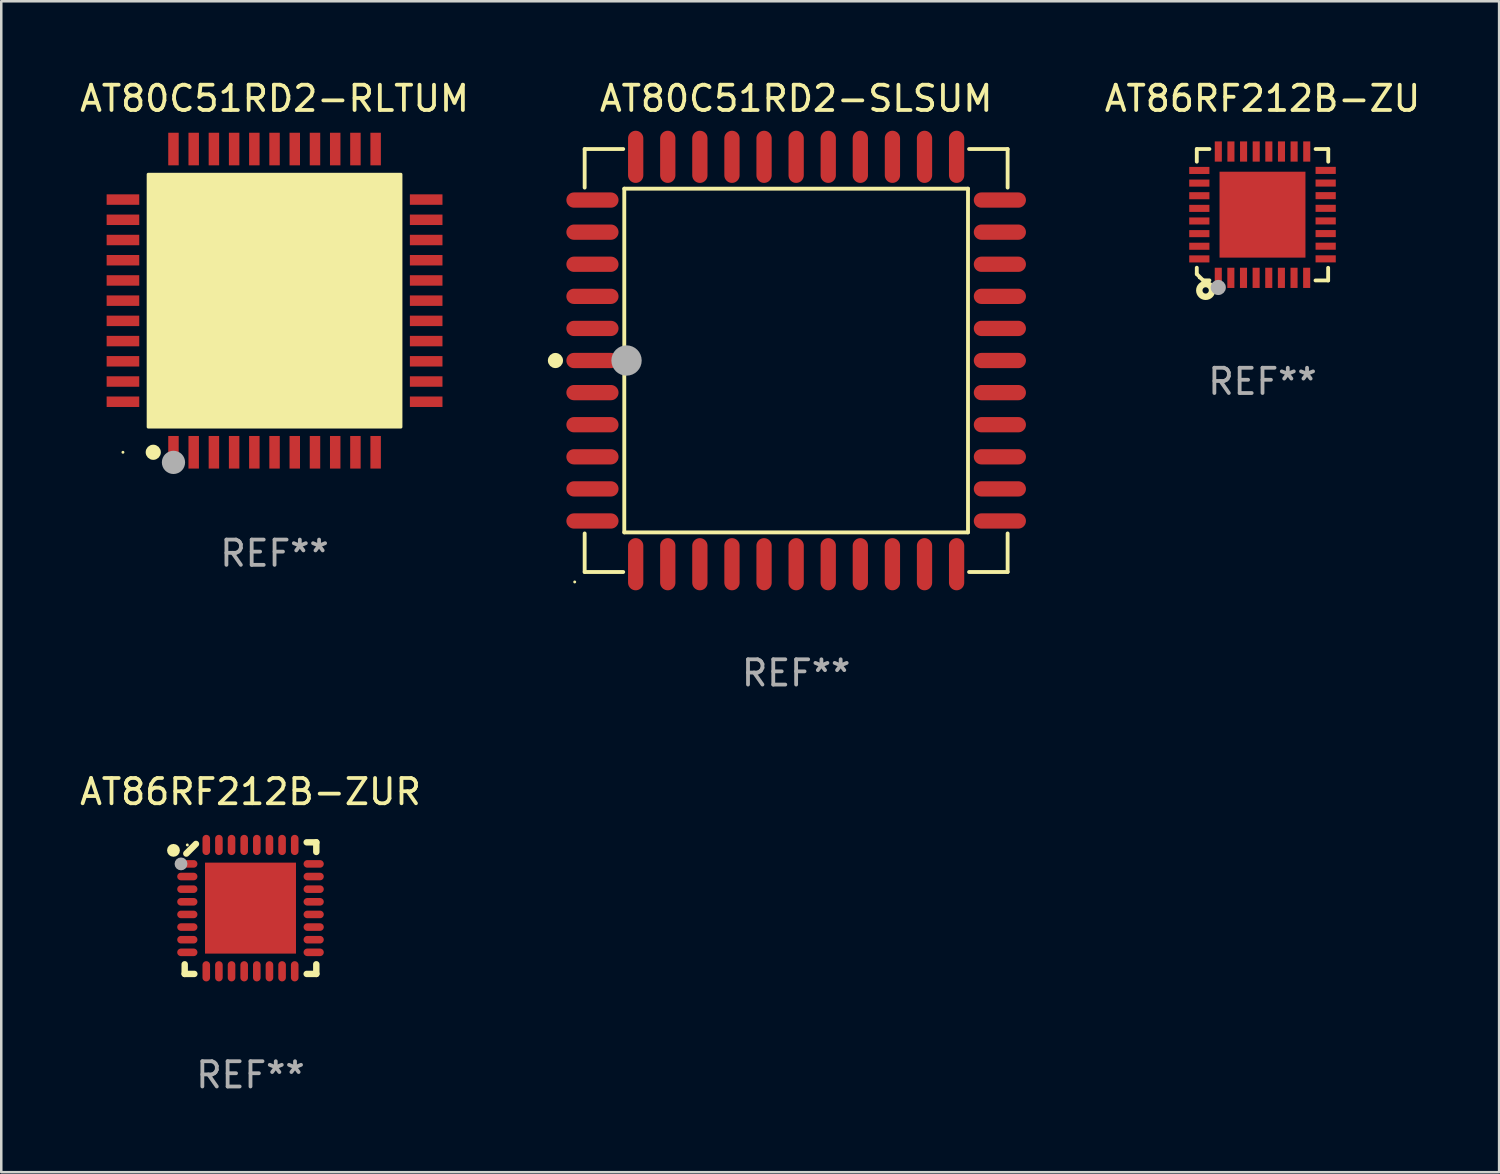
<source format=kicad_pcb>
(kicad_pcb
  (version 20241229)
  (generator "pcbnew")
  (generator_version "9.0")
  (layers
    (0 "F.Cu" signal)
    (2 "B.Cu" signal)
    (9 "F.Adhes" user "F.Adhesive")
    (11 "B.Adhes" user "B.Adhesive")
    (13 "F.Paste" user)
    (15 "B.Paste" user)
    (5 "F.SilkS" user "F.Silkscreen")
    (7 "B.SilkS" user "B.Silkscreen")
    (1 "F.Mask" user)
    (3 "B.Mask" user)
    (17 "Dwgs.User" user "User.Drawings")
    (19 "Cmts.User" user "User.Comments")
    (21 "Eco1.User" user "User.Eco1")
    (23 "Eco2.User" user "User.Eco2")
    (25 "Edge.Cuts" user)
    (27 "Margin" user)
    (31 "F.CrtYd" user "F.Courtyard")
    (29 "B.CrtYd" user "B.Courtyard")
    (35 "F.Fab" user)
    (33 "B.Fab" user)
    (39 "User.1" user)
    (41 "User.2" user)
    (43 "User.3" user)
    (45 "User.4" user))
  (footprint "AT80C51RD2-SLSUM"
    (layer "F.Cu")
    (at 28.456 11.217)
    (property "Reference" "AT80C51RD2-SLSUM" (at 0 -10.369 0) (layer "F.SilkS") (effects (font (size 1 1) (thickness 0.15))))
    (attr through_hole)
    (fp_line (start -8.369 -8.369) (end -6.843 -8.369) (stroke (width 0.152) (type solid)) (layer "F.SilkS"))
    (fp_line (start -8.369 -6.843) (end -8.369 -8.369) (stroke (width 0.152) (type solid)) (layer "F.SilkS"))
    (fp_line (start -8.369 6.843) (end -8.369 8.369) (stroke (width 0.152) (type solid)) (layer "F.SilkS"))
    (fp_line (start -8.369 8.369) (end -6.843 8.369) (stroke (width 0.152) (type solid)) (layer "F.SilkS"))
    (fp_line (start -6.801 -6.801) (end 6.801 -6.801) (stroke (width 0.152) (type solid)) (layer "F.SilkS"))
    (fp_line (start -6.801 6.801) (end -6.801 -6.801) (stroke (width 0.152) (type solid)) (layer "F.SilkS"))
    (fp_line (start 6.801 -6.801) (end 6.801 6.801) (stroke (width 0.152) (type solid)) (layer "F.SilkS"))
    (fp_line (start 6.801 6.801) (end -6.801 6.801) (stroke (width 0.152) (type solid)) (layer "F.SilkS"))
    (fp_line (start 8.369 -8.369) (end 6.843 -8.369) (stroke (width 0.152) (type solid)) (layer "F.SilkS"))
    (fp_line (start 8.369 -6.843) (end 8.369 -8.369) (stroke (width 0.152) (type solid)) (layer "F.SilkS"))
    (fp_line (start 8.369 6.843) (end 8.369 8.369) (stroke (width 0.152) (type solid)) (layer "F.SilkS"))
    (fp_line (start 8.369 8.369) (end 6.843 8.369) (stroke (width 0.152) (type solid)) (layer "F.SilkS"))
    (fp_circle (center -9.525 -0.000127) (end -9.375 -0.000127) (stroke (width 0.3) (type solid)) (fill no) (layer "F.SilkS"))
    (fp_circle (center -8.763 8.763) (end -8.733 8.763) (stroke (width 0.06) (type solid)) (fill no) (layer "F.SilkS"))
    (fp_circle (center -6.712 -0.000127) (end -6.412 -0.000127) (stroke (width 0.6) (type solid)) (fill no) (layer "F.Fab"))
    (fp_text user "REF**" (at 0 12.369 0) (layer "F.Fab") (effects (font (size 1 1) (thickness 0.15))))
    (pad "1" smd oval (at -8.061 -0.000127 90) (size 0.604 2.064) (layers "F.Cu" "F.Mask" "F.Paste"))
    (pad "2" smd oval (at -8.061 1.27 90) (size 0.604 2.064) (layers "F.Cu" "F.Mask" "F.Paste"))
    (pad "3" smd oval (at -8.061 2.54 90) (size 0.604 2.064) (layers "F.Cu" "F.Mask" "F.Paste"))
    (pad "4" smd oval (at -8.061 3.81 90) (size 0.604 2.064) (layers "F.Cu" "F.Mask" "F.Paste"))
    (pad "5" smd oval (at -8.061 5.08 90) (size 0.604 2.064) (layers "F.Cu" "F.Mask" "F.Paste"))
    (pad "6" smd oval (at -8.061 6.35 90) (size 0.604 2.064) (layers "F.Cu" "F.Mask" "F.Paste"))
    (pad "7" smd oval (at -6.35 8.061 90) (size 2.064 0.604) (layers "F.Cu" "F.Mask" "F.Paste"))
    (pad "8" smd oval (at -5.08 8.061 90) (size 2.064 0.604) (layers "F.Cu" "F.Mask" "F.Paste"))
    (pad "9" smd oval (at -3.81 8.061 90) (size 2.064 0.604) (layers "F.Cu" "F.Mask" "F.Paste"))
    (pad "10" smd oval (at -2.54 8.061 90) (size 2.064 0.604) (layers "F.Cu" "F.Mask" "F.Paste"))
    (pad "11" smd oval (at -1.27 8.061 90) (size 2.064 0.604) (layers "F.Cu" "F.Mask" "F.Paste"))
    (pad "12" smd oval (at 0.000076 8.061 90) (size 2.064 0.604) (layers "F.Cu" "F.Mask" "F.Paste"))
    (pad "13" smd oval (at 1.27 8.061 90) (size 2.064 0.604) (layers "F.Cu" "F.Mask" "F.Paste"))
    (pad "14" smd oval (at 2.54 8.061 90) (size 2.064 0.604) (layers "F.Cu" "F.Mask" "F.Paste"))
    (pad "15" smd oval (at 3.81 8.061 90) (size 2.064 0.604) (layers "F.Cu" "F.Mask" "F.Paste"))
    (pad "16" smd oval (at 5.08 8.061 90) (size 2.064 0.604) (layers "F.Cu" "F.Mask" "F.Paste"))
    (pad "17" smd oval (at 6.35 8.061 90) (size 2.064 0.604) (layers "F.Cu" "F.Mask" "F.Paste"))
    (pad "18" smd oval (at 8.062 6.35 90) (size 0.604 2.064) (layers "F.Cu" "F.Mask" "F.Paste"))
    (pad "19" smd oval (at 8.062 5.08 90) (size 0.604 2.064) (layers "F.Cu" "F.Mask" "F.Paste"))
    (pad "20" smd oval (at 8.062 3.81 90) (size 0.604 2.064) (layers "F.Cu" "F.Mask" "F.Paste"))
    (pad "21" smd oval (at 8.062 2.54 90) (size 0.604 2.064) (layers "F.Cu" "F.Mask" "F.Paste"))
    (pad "22" smd oval (at 8.062 1.27 90) (size 0.604 2.064) (layers "F.Cu" "F.Mask" "F.Paste"))
    (pad "23" smd oval (at 8.062 -0.000127 90) (size 0.604 2.064) (layers "F.Cu" "F.Mask" "F.Paste"))
    (pad "24" smd oval (at 8.062 -1.27 90) (size 0.604 2.064) (layers "F.Cu" "F.Mask" "F.Paste"))
    (pad "25" smd oval (at 8.062 -2.54 90) (size 0.604 2.064) (layers "F.Cu" "F.Mask" "F.Paste"))
    (pad "26" smd oval (at 8.062 -3.81 90) (size 0.604 2.064) (layers "F.Cu" "F.Mask" "F.Paste"))
    (pad "27" smd oval (at 8.062 -5.08 90) (size 0.604 2.064) (layers "F.Cu" "F.Mask" "F.Paste"))
    (pad "28" smd oval (at 8.062 -6.35 90) (size 0.604 2.064) (layers "F.Cu" "F.Mask" "F.Paste"))
    (pad "29" smd oval (at 6.35 -8.061 90) (size 2.064 0.604) (layers "F.Cu" "F.Mask" "F.Paste"))
    (pad "30" smd oval (at 5.08 -8.061 90) (size 2.064 0.604) (layers "F.Cu" "F.Mask" "F.Paste"))
    (pad "31" smd oval (at 3.81 -8.061 90) (size 2.064 0.604) (layers "F.Cu" "F.Mask" "F.Paste"))
    (pad "32" smd oval (at 2.54 -8.061 90) (size 2.064 0.604) (layers "F.Cu" "F.Mask" "F.Paste"))
    (pad "33" smd oval (at 1.27 -8.061 90) (size 2.064 0.604) (layers "F.Cu" "F.Mask" "F.Paste"))
    (pad "34" smd oval (at 0.000076 -8.061 90) (size 2.064 0.604) (layers "F.Cu" "F.Mask" "F.Paste"))
    (pad "35" smd oval (at -1.27 -8.061 90) (size 2.064 0.604) (layers "F.Cu" "F.Mask" "F.Paste"))
    (pad "36" smd oval (at -2.54 -8.061 90) (size 2.064 0.604) (layers "F.Cu" "F.Mask" "F.Paste"))
    (pad "37" smd oval (at -3.81 -8.061 90) (size 2.064 0.604) (layers "F.Cu" "F.Mask" "F.Paste"))
    (pad "38" smd oval (at -5.08 -8.061 90) (size 2.064 0.604) (layers "F.Cu" "F.Mask" "F.Paste"))
    (pad "39" smd oval (at -6.35 -8.061 90) (size 2.064 0.604) (layers "F.Cu" "F.Mask" "F.Paste"))
    (pad "40" smd oval (at -8.061 -6.35 90) (size 0.604 2.064) (layers "F.Cu" "F.Mask" "F.Paste"))
    (pad "41" smd oval (at -8.061 -5.08 90) (size 0.604 2.064) (layers "F.Cu" "F.Mask" "F.Paste"))
    (pad "42" smd oval (at -8.061 -3.81 90) (size 0.604 2.064) (layers "F.Cu" "F.Mask" "F.Paste"))
    (pad "43" smd oval (at -8.061 -2.54 90) (size 0.604 2.064) (layers "F.Cu" "F.Mask" "F.Paste"))
    (pad "44" smd oval (at -8.061 -1.27 90) (size 0.604 2.064) (layers "F.Cu" "F.Mask" "F.Paste")))
  (footprint "AT80C51RD2-RLTUM"
    (layer "F.Cu")
    (at 7.815 8.848)
    (property "Reference" "AT80C51RD2-RLTUM" (at 0 -8 0) (layer "F.SilkS") (effects (font (size 1 1) (thickness 0.15))))
    (attr through_hole)
    (fp_circle (center -6 6) (end -5.97 6) (stroke (width 0.06) (type solid)) (fill no) (layer "F.SilkS"))
    (fp_circle (center -4.8 6) (end -4.65 6) (stroke (width 0.3) (type solid)) (fill no) (layer "F.SilkS"))
    (fp_poly (pts (xy -5 -5) (xy 5 -5) (xy 5 5) (xy -5 5)) (stroke (width 0.12) (type solid)) (fill yes) (layer "F.SilkS"))
    (fp_circle (center -4 6.4) (end -3.77 6.4) (stroke (width 0.46) (type solid)) (fill no) (layer "F.Fab"))
    (fp_text user "REF**" (at 0 10 0) (layer "F.Fab") (effects (font (size 1 1) (thickness 0.15))))
    (pad "1" smd rect (at -4 6 90) (size 1.29 0.414) (layers "F.Cu" "F.Mask" "F.Paste"))
    (pad "2" smd rect (at -3.2 6 90) (size 1.29 0.414) (layers "F.Cu" "F.Mask" "F.Paste"))
    (pad "3" smd rect (at -2.4 6 90) (size 1.29 0.414) (layers "F.Cu" "F.Mask" "F.Paste"))
    (pad "4" smd rect (at -1.6 6 90) (size 1.29 0.414) (layers "F.Cu" "F.Mask" "F.Paste"))
    (pad "5" smd rect (at -0.8 6 90) (size 1.29 0.414) (layers "F.Cu" "F.Mask" "F.Paste"))
    (pad "6" smd rect (at 0 6 90) (size 1.29 0.414) (layers "F.Cu" "F.Mask" "F.Paste"))
    (pad "7" smd rect (at 0.8 6 90) (size 1.29 0.414) (layers "F.Cu" "F.Mask" "F.Paste"))
    (pad "8" smd rect (at 1.6 6 90) (size 1.29 0.414) (layers "F.Cu" "F.Mask" "F.Paste"))
    (pad "9" smd rect (at 2.4 6 90) (size 1.29 0.414) (layers "F.Cu" "F.Mask" "F.Paste"))
    (pad "10" smd rect (at 3.2 6 90) (size 1.29 0.414) (layers "F.Cu" "F.Mask" "F.Paste"))
    (pad "11" smd rect (at 4 6 90) (size 1.29 0.414) (layers "F.Cu" "F.Mask" "F.Paste"))
    (pad "12" smd rect (at 6 4 90) (size 0.414 1.29) (layers "F.Cu" "F.Mask" "F.Paste"))
    (pad "13" smd rect (at 6 3.2 90) (size 0.414 1.29) (layers "F.Cu" "F.Mask" "F.Paste"))
    (pad "14" smd rect (at 6 2.4 90) (size 0.414 1.29) (layers "F.Cu" "F.Mask" "F.Paste"))
    (pad "15" smd rect (at 6 1.6 90) (size 0.414 1.29) (layers "F.Cu" "F.Mask" "F.Paste"))
    (pad "16" smd rect (at 6 0.8 90) (size 0.414 1.29) (layers "F.Cu" "F.Mask" "F.Paste"))
    (pad "17" smd rect (at 6 0 90) (size 0.414 1.29) (layers "F.Cu" "F.Mask" "F.Paste"))
    (pad "18" smd rect (at 6 -0.8 90) (size 0.414 1.29) (layers "F.Cu" "F.Mask" "F.Paste"))
    (pad "19" smd rect (at 6 -1.6 90) (size 0.414 1.29) (layers "F.Cu" "F.Mask" "F.Paste"))
    (pad "20" smd rect (at 6 -2.4 90) (size 0.414 1.29) (layers "F.Cu" "F.Mask" "F.Paste"))
    (pad "21" smd rect (at 6 -3.2 90) (size 0.414 1.29) (layers "F.Cu" "F.Mask" "F.Paste"))
    (pad "22" smd rect (at 6 -4 90) (size 0.414 1.29) (layers "F.Cu" "F.Mask" "F.Paste"))
    (pad "23" smd rect (at 4 -6 90) (size 1.29 0.414) (layers "F.Cu" "F.Mask" "F.Paste"))
    (pad "24" smd rect (at 3.2 -6 90) (size 1.29 0.414) (layers "F.Cu" "F.Mask" "F.Paste"))
    (pad "25" smd rect (at 2.4 -6 90) (size 1.29 0.414) (layers "F.Cu" "F.Mask" "F.Paste"))
    (pad "26" smd rect (at 1.6 -6 90) (size 1.29 0.414) (layers "F.Cu" "F.Mask" "F.Paste"))
    (pad "27" smd rect (at 0.8 -6 90) (size 1.29 0.414) (layers "F.Cu" "F.Mask" "F.Paste"))
    (pad "28" smd rect (at 0 -6 90) (size 1.29 0.414) (layers "F.Cu" "F.Mask" "F.Paste"))
    (pad "29" smd rect (at -0.8 -6 90) (size 1.29 0.414) (layers "F.Cu" "F.Mask" "F.Paste"))
    (pad "30" smd rect (at -1.6 -6 90) (size 1.29 0.414) (layers "F.Cu" "F.Mask" "F.Paste"))
    (pad "31" smd rect (at -2.4 -6 90) (size 1.29 0.414) (layers "F.Cu" "F.Mask" "F.Paste"))
    (pad "32" smd rect (at -3.2 -6 90) (size 1.29 0.414) (layers "F.Cu" "F.Mask" "F.Paste"))
    (pad "33" smd rect (at -4 -6 90) (size 1.29 0.414) (layers "F.Cu" "F.Mask" "F.Paste"))
    (pad "34" smd rect (at -6 -4 180) (size 1.29 0.414) (layers "F.Cu" "F.Mask" "F.Paste"))
    (pad "35" smd rect (at -6 -3.2 180) (size 1.29 0.414) (layers "F.Cu" "F.Mask" "F.Paste"))
    (pad "36" smd rect (at -6 -2.4 180) (size 1.29 0.414) (layers "F.Cu" "F.Mask" "F.Paste"))
    (pad "37" smd rect (at -6 -1.6 180) (size 1.29 0.414) (layers "F.Cu" "F.Mask" "F.Paste"))
    (pad "38" smd rect (at -6 -0.8 180) (size 1.29 0.414) (layers "F.Cu" "F.Mask" "F.Paste"))
    (pad "39" smd rect (at -6 0 180) (size 1.29 0.414) (layers "F.Cu" "F.Mask" "F.Paste"))
    (pad "40" smd rect (at -6 0.8 180) (size 1.29 0.414) (layers "F.Cu" "F.Mask" "F.Paste"))
    (pad "41" smd rect (at -6 1.6 180) (size 1.29 0.414) (layers "F.Cu" "F.Mask" "F.Paste"))
    (pad "42" smd rect (at -6 2.4 180) (size 1.29 0.414) (layers "F.Cu" "F.Mask" "F.Paste"))
    (pad "43" smd rect (at -6 3.2 180) (size 1.29 0.414) (layers "F.Cu" "F.Mask" "F.Paste"))
    (pad "44" smd rect (at -6 4 180) (size 1.29 0.414) (layers "F.Cu" "F.Mask" "F.Paste")))
  (footprint "AT86RF212B-ZUR"
    (layer "F.Cu")
    (at 6.863 32.887)
    (property "Reference" "AT86RF212B-ZUR" (at 0 -4.604 0) (layer "F.SilkS") (effects (font (size 1 1) (thickness 0.15))))
    (attr through_hole)
    (fp_line (start -2.604 2.223) (end -2.604 2.604) (stroke (width 0.254) (type solid)) (layer "F.SilkS"))
    (fp_line (start -2.604 2.604) (end -2.223 2.604) (stroke (width 0.254) (type solid)) (layer "F.SilkS"))
    (fp_line (start -2.159 -2.54) (end -2.54 -2.159) (stroke (width 0.254) (type solid)) (layer "F.SilkS"))
    (fp_line (start 2.223 2.604) (end 2.604 2.604) (stroke (width 0.254) (type solid)) (layer "F.SilkS"))
    (fp_line (start 2.604 -2.604) (end 2.223 -2.604) (stroke (width 0.254) (type solid)) (layer "F.SilkS"))
    (fp_line (start 2.604 -2.223) (end 2.604 -2.604) (stroke (width 0.254) (type solid)) (layer "F.SilkS"))
    (fp_line (start 2.604 2.604) (end 2.604 2.223) (stroke (width 0.254) (type solid)) (layer "F.SilkS"))
    (fp_circle (center -3.048 -2.286) (end -2.921 -2.286) (stroke (width 0.254) (type solid)) (fill no) (layer "F.SilkS"))
    (fp_circle (center -2.5 -2.5) (end -2.47 -2.5) (stroke (width 0.06) (type solid)) (fill no) (layer "F.SilkS"))
    (fp_circle (center -2.75 -1.75) (end -2.623 -1.75) (stroke (width 0.254) (type solid)) (fill no) (layer "F.Fab"))
    (fp_text user "REF**" (at 0 6.604 0) (layer "F.Fab") (effects (font (size 1 1) (thickness 0.15))))
    (pad "1" smd oval (at -2.5 -1.75) (size 0.8 0.3) (layers "F.Cu" "F.Mask" "F.Paste"))
    (pad "2" smd oval (at -2.5 -1.25) (size 0.8 0.3) (layers "F.Cu" "F.Mask" "F.Paste"))
    (pad "3" smd oval (at -2.5 -0.75) (size 0.8 0.3) (layers "F.Cu" "F.Mask" "F.Paste"))
    (pad "4" smd oval (at -2.5 -0.25) (size 0.8 0.3) (layers "F.Cu" "F.Mask" "F.Paste"))
    (pad "5" smd oval (at -2.5 0.25) (size 0.8 0.3) (layers "F.Cu" "F.Mask" "F.Paste"))
    (pad "6" smd oval (at -2.5 0.75) (size 0.8 0.3) (layers "F.Cu" "F.Mask" "F.Paste"))
    (pad "7" smd oval (at -2.5 1.25) (size 0.8 0.3) (layers "F.Cu" "F.Mask" "F.Paste"))
    (pad "8" smd oval (at -2.5 1.75) (size 0.8 0.3) (layers "F.Cu" "F.Mask" "F.Paste"))
    (pad "9" smd oval (at -1.75 2.5) (size 0.3 0.8) (layers "F.Cu" "F.Mask" "F.Paste"))
    (pad "10" smd oval (at -1.25 2.5) (size 0.3 0.8) (layers "F.Cu" "F.Mask" "F.Paste"))
    (pad "11" smd oval (at -0.75 2.5) (size 0.3 0.8) (layers "F.Cu" "F.Mask" "F.Paste"))
    (pad "12" smd oval (at -0.25 2.5) (size 0.3 0.8) (layers "F.Cu" "F.Mask" "F.Paste"))
    (pad "13" smd oval (at 0.25 2.5) (size 0.3 0.8) (layers "F.Cu" "F.Mask" "F.Paste"))
    (pad "14" smd oval (at 0.75 2.5) (size 0.3 0.8) (layers "F.Cu" "F.Mask" "F.Paste"))
    (pad "15" smd oval (at 1.25 2.5) (size 0.3 0.8) (layers "F.Cu" "F.Mask" "F.Paste"))
    (pad "16" smd oval (at 1.75 2.5) (size 0.3 0.8) (layers "F.Cu" "F.Mask" "F.Paste"))
    (pad "17" smd oval (at 2.5 1.75) (size 0.8 0.3) (layers "F.Cu" "F.Mask" "F.Paste"))
    (pad "18" smd oval (at 2.5 1.25) (size 0.8 0.3) (layers "F.Cu" "F.Mask" "F.Paste"))
    (pad "19" smd oval (at 2.5 0.75) (size 0.8 0.3) (layers "F.Cu" "F.Mask" "F.Paste"))
    (pad "20" smd oval (at 2.5 0.25) (size 0.8 0.3) (layers "F.Cu" "F.Mask" "F.Paste"))
    (pad "21" smd oval (at 2.5 -0.25) (size 0.8 0.3) (layers "F.Cu" "F.Mask" "F.Paste"))
    (pad "22" smd oval (at 2.5 -0.75) (size 0.8 0.3) (layers "F.Cu" "F.Mask" "F.Paste"))
    (pad "23" smd oval (at 2.5 -1.25) (size 0.8 0.3) (layers "F.Cu" "F.Mask" "F.Paste"))
    (pad "24" smd oval (at 2.5 -1.75) (size 0.8 0.3) (layers "F.Cu" "F.Mask" "F.Paste"))
    (pad "25" smd oval (at 1.75 -2.5) (size 0.3 0.8) (layers "F.Cu" "F.Mask" "F.Paste"))
    (pad "26" smd oval (at 1.25 -2.5) (size 0.3 0.8) (layers "F.Cu" "F.Mask" "F.Paste"))
    (pad "27" smd oval (at 0.75 -2.5) (size 0.3 0.8) (layers "F.Cu" "F.Mask" "F.Paste"))
    (pad "28" smd oval (at 0.25 -2.5) (size 0.3 0.8) (layers "F.Cu" "F.Mask" "F.Paste"))
    (pad "29" smd oval (at -0.25 -2.5) (size 0.3 0.8) (layers "F.Cu" "F.Mask" "F.Paste"))
    (pad "30" smd oval (at -0.75 -2.5) (size 0.3 0.8) (layers "F.Cu" "F.Mask" "F.Paste"))
    (pad "31" smd oval (at -1.25 -2.5) (size 0.3 0.8) (layers "F.Cu" "F.Mask" "F.Paste"))
    (pad "32" smd oval (at -1.75 -2.5) (size 0.3 0.8) (layers "F.Cu" "F.Mask" "F.Paste"))
    (pad "33" smd rect (at -0.000076 0) (size 3.6 3.6) (layers "F.Cu" "F.Mask" "F.Paste")))
  (footprint "AT86RF212B-ZU"
    (layer "F.Cu")
    (at 46.912 5.448)
    (property "Reference" "AT86RF212B-ZU" (at 0 -4.6 0) (layer "F.SilkS") (effects (font (size 1 1) (thickness 0.15))))
    (attr through_hole)
    (fp_line (start -2.601 2.097) (end -2.601 2.347) (stroke (width 0.152) (type solid)) (layer "F.SilkS"))
    (fp_line (start -2.601 2.347) (end -2.351 2.597) (stroke (width 0.152) (type solid)) (layer "F.SilkS"))
    (fp_line (start -2.601 -2.6) (end -2.601 -2.1) (stroke (width 0.152) (type solid)) (layer "F.SilkS"))
    (fp_line (start -2.601 -2.6) (end -2.101 -2.6) (stroke (width 0.152) (type solid)) (layer "F.SilkS"))
    (fp_line (start -2.351 2.597) (end -2.101 2.597) (stroke (width 0.152) (type solid)) (layer "F.SilkS"))
    (fp_line (start 2.597 2.6) (end 2.097 2.6) (stroke (width 0.152) (type solid)) (layer "F.SilkS"))
    (fp_line (start 2.597 2.6) (end 2.597 2.1) (stroke (width 0.152) (type solid)) (layer "F.SilkS"))
    (fp_line (start 2.601 -2.6) (end 2.101 -2.6) (stroke (width 0.152) (type solid)) (layer "F.SilkS"))
    (fp_line (start 2.601 -2.6) (end 2.601 -2.1) (stroke (width 0.152) (type solid)) (layer "F.SilkS"))
    (fp_circle (center -2.501 2.497) (end -2.471 2.497) (stroke (width 0.06) (type solid)) (fill no) (layer "F.SilkS"))
    (fp_circle (center -2.25 2.995) (end -2.125 2.995) (stroke (width 0.254) (type solid)) (fill no) (layer "F.SilkS"))
    (fp_circle (center -1.751 2.878) (end -1.601 2.878) (stroke (width 0.3) (type solid)) (fill no) (layer "F.Fab"))
    (fp_text user "REF**" (at 0 6.6 0) (layer "F.Fab") (effects (font (size 1 1) (thickness 0.15))))
    (pad "1" smd rect (at -1.751 2.497) (size 0.28 0.8) (layers "F.Cu" "F.Mask" "F.Paste"))
    (pad "2" smd rect (at -1.253 2.497) (size 0.28 0.8) (layers "F.Cu" "F.Mask" "F.Paste"))
    (pad "3" smd rect (at -0.753 2.497) (size 0.28 0.8) (layers "F.Cu" "F.Mask" "F.Paste"))
    (pad "4" smd rect (at -0.253 2.497) (size 0.28 0.8) (layers "F.Cu" "F.Mask" "F.Paste"))
    (pad "5" smd rect (at 0.247 2.497) (size 0.28 0.8) (layers "F.Cu" "F.Mask" "F.Paste"))
    (pad "6" smd rect (at 0.747 2.497) (size 0.28 0.8) (layers "F.Cu" "F.Mask" "F.Paste"))
    (pad "7" smd rect (at 1.247 2.497) (size 0.28 0.8) (layers "F.Cu" "F.Mask" "F.Paste"))
    (pad "8" smd rect (at 1.747 2.497) (size 0.28 0.8) (layers "F.Cu" "F.Mask" "F.Paste"))
    (pad "9" smd rect (at 2.499 1.746) (size 0.8 0.28) (layers "F.Cu" "F.Mask" "F.Paste"))
    (pad "10" smd rect (at 2.499 1.245) (size 0.8 0.28) (layers "F.Cu" "F.Mask" "F.Paste"))
    (pad "11" smd rect (at 2.499 0.746) (size 0.8 0.28) (layers "F.Cu" "F.Mask" "F.Paste"))
    (pad "12" smd rect (at 2.499 0.245) (size 0.8 0.28) (layers "F.Cu" "F.Mask" "F.Paste"))
    (pad "13" smd rect (at 2.499 -0.254) (size 0.8 0.28) (layers "F.Cu" "F.Mask" "F.Paste"))
    (pad "14" smd rect (at 2.499 -0.755) (size 0.8 0.28) (layers "F.Cu" "F.Mask" "F.Paste"))
    (pad "15" smd rect (at 2.499 -1.254) (size 0.8 0.28) (layers "F.Cu" "F.Mask" "F.Paste"))
    (pad "16" smd rect (at 2.499 -1.755) (size 0.8 0.28) (layers "F.Cu" "F.Mask" "F.Paste"))
    (pad "17" smd rect (at 1.75 -2.502) (size 0.28 0.8) (layers "F.Cu" "F.Mask" "F.Paste"))
    (pad "18" smd rect (at 1.25 -2.502) (size 0.28 0.8) (layers "F.Cu" "F.Mask" "F.Paste"))
    (pad "19" smd rect (at 0.75 -2.502) (size 0.28 0.8) (layers "F.Cu" "F.Mask" "F.Paste"))
    (pad "20" smd rect (at 0.25 -2.502) (size 0.28 0.8) (layers "F.Cu" "F.Mask" "F.Paste"))
    (pad "21" smd rect (at -0.25 -2.502) (size 0.28 0.8) (layers "F.Cu" "F.Mask" "F.Paste"))
    (pad "22" smd rect (at -0.75 -2.502) (size 0.28 0.8) (layers "F.Cu" "F.Mask" "F.Paste"))
    (pad "23" smd rect (at -1.25 -2.502) (size 0.28 0.8) (layers "F.Cu" "F.Mask" "F.Paste"))
    (pad "24" smd rect (at -1.75 -2.502) (size 0.28 0.8) (layers "F.Cu" "F.Mask" "F.Paste"))
    (pad "25" smd rect (at -2.501 -1.753) (size 0.8 0.28) (layers "F.Cu" "F.Mask" "F.Paste"))
    (pad "26" smd rect (at -2.501 -1.252) (size 0.8 0.28) (layers "F.Cu" "F.Mask" "F.Paste"))
    (pad "27" smd rect (at -2.501 -0.753) (size 0.8 0.28) (layers "F.Cu" "F.Mask" "F.Paste"))
    (pad "28" smd rect (at -2.501 -0.252) (size 0.8 0.28) (layers "F.Cu" "F.Mask" "F.Paste"))
    (pad "29" smd rect (at -2.501 0.247) (size 0.8 0.28) (layers "F.Cu" "F.Mask" "F.Paste"))
    (pad "30" smd rect (at -2.501 0.748) (size 0.8 0.28) (layers "F.Cu" "F.Mask" "F.Paste"))
    (pad "31" smd rect (at -2.501 1.247) (size 0.8 0.28) (layers "F.Cu" "F.Mask" "F.Paste"))
    (pad "32" smd rect (at -2.501 1.748) (size 0.8 0.28) (layers "F.Cu" "F.Mask" "F.Paste"))
    (pad "33" smd rect (at -0.001 -0.003 180) (size 3.4 3.4) (layers "F.Cu" "F.Mask" "F.Paste")))
  (gr_rect
    (start -3 -3)
    (end 56.275 43.338)
    (stroke (width 0.1) (type default))
    (fill no)
    (layer "Edge.Cuts")))
</source>
